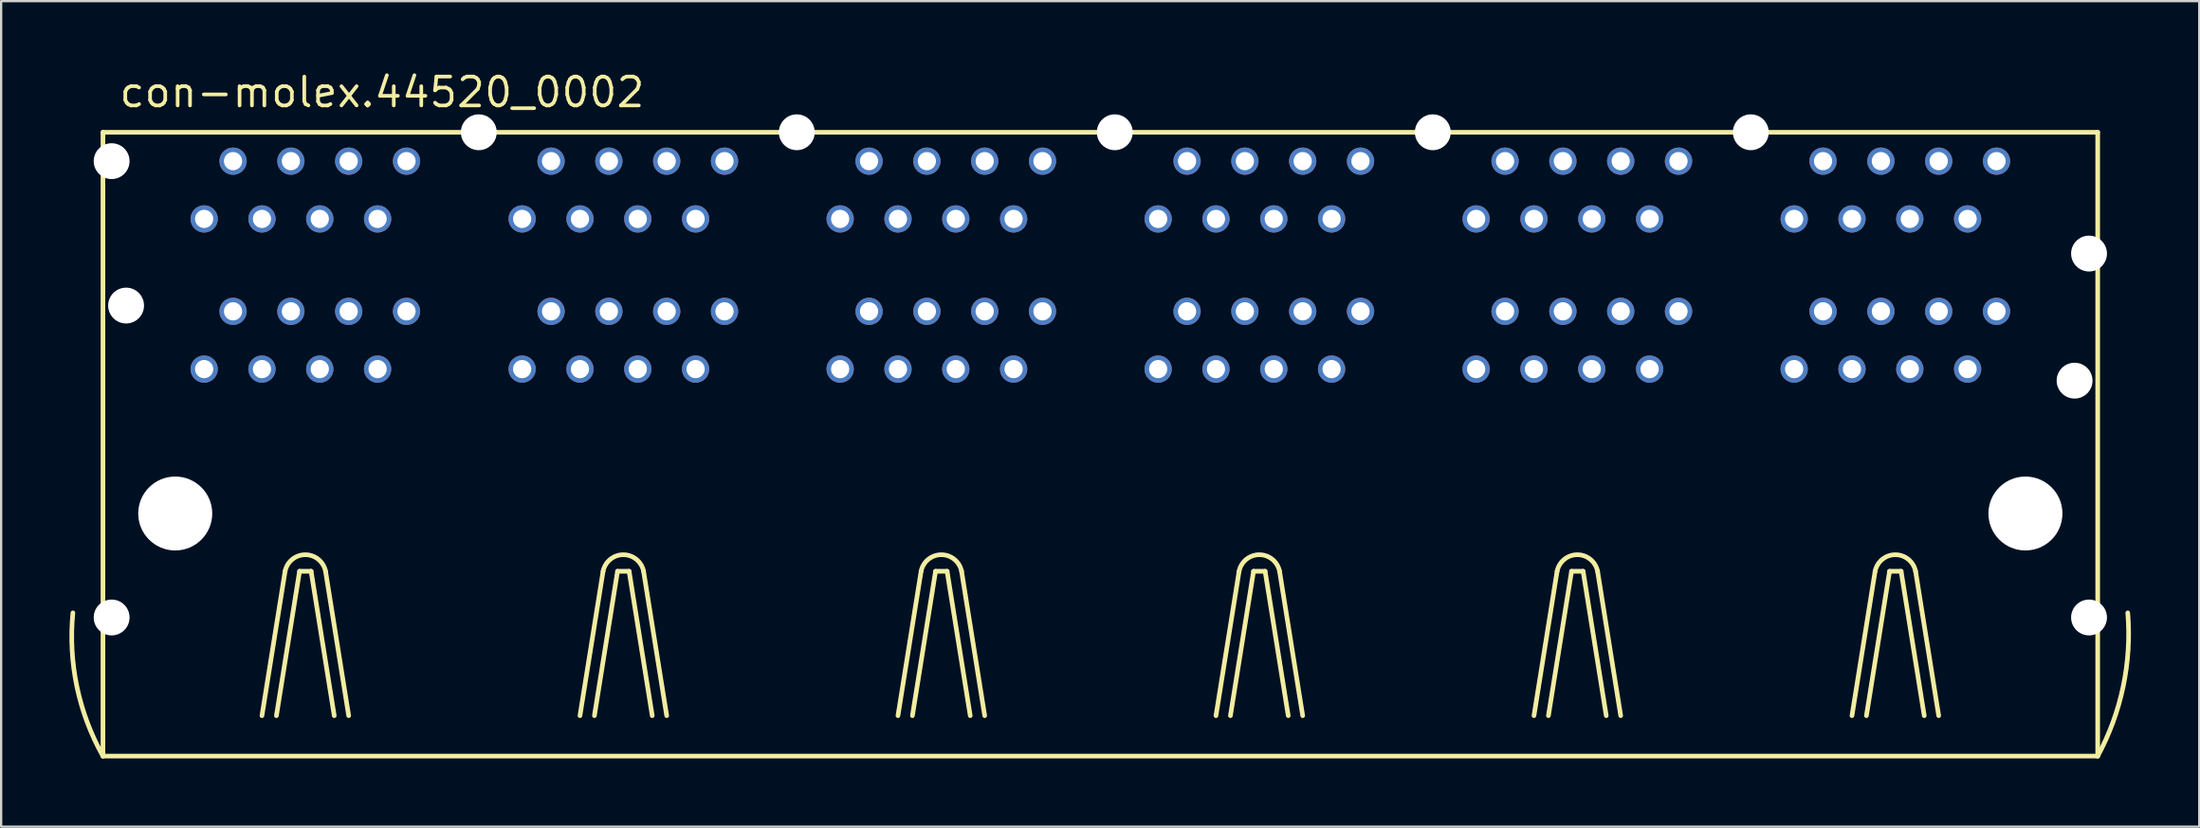
<source format=kicad_pcb>
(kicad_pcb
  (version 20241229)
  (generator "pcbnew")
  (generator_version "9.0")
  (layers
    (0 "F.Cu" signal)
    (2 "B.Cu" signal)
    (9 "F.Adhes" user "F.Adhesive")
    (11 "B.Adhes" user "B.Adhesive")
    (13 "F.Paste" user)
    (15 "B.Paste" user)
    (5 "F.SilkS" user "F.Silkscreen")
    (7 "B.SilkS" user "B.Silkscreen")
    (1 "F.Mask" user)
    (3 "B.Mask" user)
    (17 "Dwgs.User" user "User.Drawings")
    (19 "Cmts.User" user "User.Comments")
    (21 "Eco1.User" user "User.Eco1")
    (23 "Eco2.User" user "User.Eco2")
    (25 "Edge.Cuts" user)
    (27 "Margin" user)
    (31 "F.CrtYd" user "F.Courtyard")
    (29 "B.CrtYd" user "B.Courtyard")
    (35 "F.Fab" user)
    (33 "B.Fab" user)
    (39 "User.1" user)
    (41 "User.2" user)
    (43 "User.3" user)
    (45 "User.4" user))
  (footprint "con-molex.44520_0002"
    (layer "F.Cu")
    (at 45.288 19.53)
    (property "Reference" "con-molex.44520_0002" (at -43.18 -17.78 0) (layer "F.SilkS") (effects (font (size 1.27 1.27) (thickness 0.16)) (justify left bottom)))
    (attr through_hole)
    (fp_line (start -43.815 -16.764) (end -43.815 10.668) (stroke (width 0.203) (type default)) (layer "F.SilkS"))
    (fp_line (start -43.815 10.668) (end 43.815 10.668) (stroke (width 0.203) (type default)) (layer "F.SilkS"))
    (fp_line (start -36.83 8.89) (end -35.814 2.54) (stroke (width 0.203) (type default)) (layer "F.SilkS"))
    (fp_line (start -36.195 8.89) (end -35.179 2.54) (stroke (width 0.203) (type default)) (layer "F.SilkS"))
    (fp_line (start -35.179 2.54) (end -34.671 2.54) (stroke (width 0.203) (type default)) (layer "F.SilkS"))
    (fp_line (start -34.671 2.54) (end -33.655 8.89) (stroke (width 0.203) (type default)) (layer "F.SilkS"))
    (fp_line (start -34.036 2.54) (end -33.02 8.89) (stroke (width 0.203) (type default)) (layer "F.SilkS"))
    (fp_line (start -22.86 8.89) (end -21.844 2.54) (stroke (width 0.203) (type default)) (layer "F.SilkS"))
    (fp_line (start -22.225 8.89) (end -21.209 2.54) (stroke (width 0.203) (type default)) (layer "F.SilkS"))
    (fp_line (start -21.209 2.54) (end -20.701 2.54) (stroke (width 0.203) (type default)) (layer "F.SilkS"))
    (fp_line (start -20.701 2.54) (end -19.685 8.89) (stroke (width 0.203) (type default)) (layer "F.SilkS"))
    (fp_line (start -20.066 2.54) (end -19.05 8.89) (stroke (width 0.203) (type default)) (layer "F.SilkS"))
    (fp_line (start -8.89 8.89) (end -7.874 2.54) (stroke (width 0.203) (type default)) (layer "F.SilkS"))
    (fp_line (start -8.255 8.89) (end -7.239 2.54) (stroke (width 0.203) (type default)) (layer "F.SilkS"))
    (fp_line (start -7.239 2.54) (end -6.731 2.54) (stroke (width 0.203) (type default)) (layer "F.SilkS"))
    (fp_line (start -6.731 2.54) (end -5.715 8.89) (stroke (width 0.203) (type default)) (layer "F.SilkS"))
    (fp_line (start -6.096 2.54) (end -5.08 8.89) (stroke (width 0.203) (type default)) (layer "F.SilkS"))
    (fp_line (start 5.08 8.89) (end 6.096 2.54) (stroke (width 0.203) (type default)) (layer "F.SilkS"))
    (fp_line (start 5.715 8.89) (end 6.731 2.54) (stroke (width 0.203) (type default)) (layer "F.SilkS"))
    (fp_line (start 6.731 2.54) (end 7.239 2.54) (stroke (width 0.203) (type default)) (layer "F.SilkS"))
    (fp_line (start 7.239 2.54) (end 8.255 8.89) (stroke (width 0.203) (type default)) (layer "F.SilkS"))
    (fp_line (start 7.874 2.54) (end 8.89 8.89) (stroke (width 0.203) (type default)) (layer "F.SilkS"))
    (fp_line (start 19.05 8.89) (end 20.066 2.54) (stroke (width 0.203) (type default)) (layer "F.SilkS"))
    (fp_line (start 19.685 8.89) (end 20.701 2.54) (stroke (width 0.203) (type default)) (layer "F.SilkS"))
    (fp_line (start 20.701 2.54) (end 21.209 2.54) (stroke (width 0.203) (type default)) (layer "F.SilkS"))
    (fp_line (start 21.209 2.54) (end 22.225 8.89) (stroke (width 0.203) (type default)) (layer "F.SilkS"))
    (fp_line (start 21.844 2.54) (end 22.86 8.89) (stroke (width 0.203) (type default)) (layer "F.SilkS"))
    (fp_line (start 33.02 8.89) (end 34.036 2.54) (stroke (width 0.203) (type default)) (layer "F.SilkS"))
    (fp_line (start 33.655 8.89) (end 34.671 2.54) (stroke (width 0.203) (type default)) (layer "F.SilkS"))
    (fp_line (start 34.671 2.54) (end 35.179 2.54) (stroke (width 0.203) (type default)) (layer "F.SilkS"))
    (fp_line (start 35.179 2.54) (end 36.195 8.89) (stroke (width 0.203) (type default)) (layer "F.SilkS"))
    (fp_line (start 35.814 2.54) (end 36.83 8.89) (stroke (width 0.203) (type default)) (layer "F.SilkS"))
    (fp_line (start 43.815 -16.764) (end -43.815 -16.764) (stroke (width 0.203) (type default)) (layer "F.SilkS"))
    (fp_line (start 43.815 10.668) (end 43.815 -16.764) (stroke (width 0.203) (type default)) (layer "F.SilkS"))
    (fp_arc (start -43.815 10.668) (mid -44.958085 7.619608) (end -45.1358 4.3688) (stroke (width 0.2032) (type default)) (layer "F.SilkS"))
    (fp_arc (start -35.814 2.54) (mid -34.925 1.812319) (end -34.036 2.54) (stroke (width 0.2032) (type default)) (layer "F.SilkS"))
    (fp_arc (start -21.844 2.54) (mid -20.955 1.812319) (end -20.066 2.54) (stroke (width 0.2032) (type default)) (layer "F.SilkS"))
    (fp_arc (start -7.874 2.54) (mid -6.985 1.812319) (end -6.096 2.54) (stroke (width 0.2032) (type default)) (layer "F.SilkS"))
    (fp_arc (start 6.096 2.54) (mid 6.985 1.812319) (end 7.874 2.54) (stroke (width 0.2032) (type default)) (layer "F.SilkS"))
    (fp_arc (start 20.066 2.54) (mid 20.955 1.812319) (end 21.844 2.54) (stroke (width 0.2032) (type default)) (layer "F.SilkS"))
    (fp_arc (start 34.036 2.54) (mid 34.925 1.812319) (end 35.814 2.54) (stroke (width 0.2032) (type default)) (layer "F.SilkS"))
    (fp_arc (start 45.1358 4.3688) (mid 44.933237 7.614398) (end 43.815 10.668) (stroke (width 0.2032) (type default)) (layer "F.SilkS"))
    (pad "" np_thru_hole circle (at -43.434 -15.494) (size 1.575 1.575) (drill 1.575) (layers "*.Cu" "*.Mask"))
    (pad "" np_thru_hole circle (at -43.434 4.572) (size 1.575 1.575) (drill 1.575) (layers "*.Cu" "*.Mask"))
    (pad "" np_thru_hole circle (at -42.799 -9.144) (size 1.575 1.575) (drill 1.575) (layers "*.Cu" "*.Mask"))
    (pad "" np_thru_hole circle (at -40.64 0) (size 3.251 3.251) (drill 3.251) (layers "*.Cu" "*.Mask"))
    (pad "" np_thru_hole circle (at -27.305 -16.764) (size 1.575 1.575) (drill 1.575) (layers "*.Cu" "*.Mask"))
    (pad "" np_thru_hole circle (at -13.335 -16.764) (size 1.575 1.575) (drill 1.575) (layers "*.Cu" "*.Mask"))
    (pad "" np_thru_hole circle (at 0.635 -16.764) (size 1.575 1.575) (drill 1.575) (layers "*.Cu" "*.Mask"))
    (pad "" np_thru_hole circle (at 14.605 -16.764) (size 1.575 1.575) (drill 1.575) (layers "*.Cu" "*.Mask"))
    (pad "" np_thru_hole circle (at 28.575 -16.764) (size 1.575 1.575) (drill 1.575) (layers "*.Cu" "*.Mask"))
    (pad "" np_thru_hole circle (at 40.64 0) (size 3.251 3.251) (drill 3.251) (layers "*.Cu" "*.Mask"))
    (pad "" np_thru_hole circle (at 42.799 -5.842) (size 1.575 1.575) (drill 1.575) (layers "*.Cu" "*.Mask"))
    (pad "" np_thru_hole circle (at 43.434 -11.43) (size 1.575 1.575) (drill 1.575) (layers "*.Cu" "*.Mask"))
    (pad "" np_thru_hole circle (at 43.434 4.572) (size 1.575 1.575) (drill 1.575) (layers "*.Cu" "*.Mask"))
    (pad "A1-1" thru_hole circle (at -39.37 -6.35) (size 1.2 1.2) (drill 0.8) (layers "*.Cu" "*.Mask"))
    (pad "A1-2" thru_hole circle (at -38.1 -8.89) (size 1.2 1.2) (drill 0.8) (layers "*.Cu" "*.Mask"))
    (pad "A1-3" thru_hole circle (at -36.83 -6.35) (size 1.2 1.2) (drill 0.8) (layers "*.Cu" "*.Mask"))
    (pad "A1-4" thru_hole circle (at -35.56 -8.89) (size 1.2 1.2) (drill 0.8) (layers "*.Cu" "*.Mask"))
    (pad "A1-5" thru_hole circle (at -34.29 -6.35) (size 1.2 1.2) (drill 0.8) (layers "*.Cu" "*.Mask"))
    (pad "A1-6" thru_hole circle (at -33.02 -8.89) (size 1.2 1.2) (drill 0.8) (layers "*.Cu" "*.Mask"))
    (pad "A1-7" thru_hole circle (at -31.75 -6.35) (size 1.2 1.2) (drill 0.8) (layers "*.Cu" "*.Mask"))
    (pad "A1-8" thru_hole circle (at -30.48 -8.89) (size 1.2 1.2) (drill 0.8) (layers "*.Cu" "*.Mask"))
    (pad "A2-1" thru_hole circle (at -30.48 -15.494) (size 1.2 1.2) (drill 0.8) (layers "*.Cu" "*.Mask"))
    (pad "A2-2" thru_hole circle (at -31.75 -12.954) (size 1.2 1.2) (drill 0.8) (layers "*.Cu" "*.Mask"))
    (pad "A2-3" thru_hole circle (at -33.02 -15.494) (size 1.2 1.2) (drill 0.8) (layers "*.Cu" "*.Mask"))
    (pad "A2-4" thru_hole circle (at -34.29 -12.954) (size 1.2 1.2) (drill 0.8) (layers "*.Cu" "*.Mask"))
    (pad "A2-5" thru_hole circle (at -35.56 -15.494) (size 1.2 1.2) (drill 0.8) (layers "*.Cu" "*.Mask"))
    (pad "A2-6" thru_hole circle (at -36.83 -12.954) (size 1.2 1.2) (drill 0.8) (layers "*.Cu" "*.Mask"))
    (pad "A2-7" thru_hole circle (at -38.1 -15.494) (size 1.2 1.2) (drill 0.8) (layers "*.Cu" "*.Mask"))
    (pad "A2-8" thru_hole circle (at -39.37 -12.954) (size 1.2 1.2) (drill 0.8) (layers "*.Cu" "*.Mask"))
    (pad "B1-1" thru_hole circle (at -25.4 -6.35) (size 1.2 1.2) (drill 0.8) (layers "*.Cu" "*.Mask"))
    (pad "B1-2" thru_hole circle (at -24.13 -8.89) (size 1.2 1.2) (drill 0.8) (layers "*.Cu" "*.Mask"))
    (pad "B1-3" thru_hole circle (at -22.86 -6.35) (size 1.2 1.2) (drill 0.8) (layers "*.Cu" "*.Mask"))
    (pad "B1-4" thru_hole circle (at -21.59 -8.89) (size 1.2 1.2) (drill 0.8) (layers "*.Cu" "*.Mask"))
    (pad "B1-5" thru_hole circle (at -20.32 -6.35) (size 1.2 1.2) (drill 0.8) (layers "*.Cu" "*.Mask"))
    (pad "B1-6" thru_hole circle (at -19.05 -8.89) (size 1.2 1.2) (drill 0.8) (layers "*.Cu" "*.Mask"))
    (pad "B1-7" thru_hole circle (at -17.78 -6.35) (size 1.2 1.2) (drill 0.8) (layers "*.Cu" "*.Mask"))
    (pad "B1-8" thru_hole circle (at -16.51 -8.89) (size 1.2 1.2) (drill 0.8) (layers "*.Cu" "*.Mask"))
    (pad "B2-1" thru_hole circle (at -16.51 -15.494) (size 1.2 1.2) (drill 0.8) (layers "*.Cu" "*.Mask"))
    (pad "B2-2" thru_hole circle (at -17.78 -12.954) (size 1.2 1.2) (drill 0.8) (layers "*.Cu" "*.Mask"))
    (pad "B2-3" thru_hole circle (at -19.05 -15.494) (size 1.2 1.2) (drill 0.8) (layers "*.Cu" "*.Mask"))
    (pad "B2-4" thru_hole circle (at -20.32 -12.954) (size 1.2 1.2) (drill 0.8) (layers "*.Cu" "*.Mask"))
    (pad "B2-5" thru_hole circle (at -21.59 -15.494) (size 1.2 1.2) (drill 0.8) (layers "*.Cu" "*.Mask"))
    (pad "B2-6" thru_hole circle (at -22.86 -12.954) (size 1.2 1.2) (drill 0.8) (layers "*.Cu" "*.Mask"))
    (pad "B2-7" thru_hole circle (at -24.13 -15.494) (size 1.2 1.2) (drill 0.8) (layers "*.Cu" "*.Mask"))
    (pad "B2-8" thru_hole circle (at -25.4 -12.954) (size 1.2 1.2) (drill 0.8) (layers "*.Cu" "*.Mask"))
    (pad "C1-1" thru_hole circle (at -11.43 -6.35) (size 1.2 1.2) (drill 0.8) (layers "*.Cu" "*.Mask"))
    (pad "C1-2" thru_hole circle (at -10.16 -8.89) (size 1.2 1.2) (drill 0.8) (layers "*.Cu" "*.Mask"))
    (pad "C1-3" thru_hole circle (at -8.89 -6.35) (size 1.2 1.2) (drill 0.8) (layers "*.Cu" "*.Mask"))
    (pad "C1-4" thru_hole circle (at -7.62 -8.89) (size 1.2 1.2) (drill 0.8) (layers "*.Cu" "*.Mask"))
    (pad "C1-5" thru_hole circle (at -6.35 -6.35) (size 1.2 1.2) (drill 0.8) (layers "*.Cu" "*.Mask"))
    (pad "C1-6" thru_hole circle (at -5.08 -8.89) (size 1.2 1.2) (drill 0.8) (layers "*.Cu" "*.Mask"))
    (pad "C1-7" thru_hole circle (at -3.81 -6.35) (size 1.2 1.2) (drill 0.8) (layers "*.Cu" "*.Mask"))
    (pad "C1-8" thru_hole circle (at -2.54 -8.89) (size 1.2 1.2) (drill 0.8) (layers "*.Cu" "*.Mask"))
    (pad "C2-1" thru_hole circle (at -2.54 -15.494) (size 1.2 1.2) (drill 0.8) (layers "*.Cu" "*.Mask"))
    (pad "C2-2" thru_hole circle (at -3.81 -12.954) (size 1.2 1.2) (drill 0.8) (layers "*.Cu" "*.Mask"))
    (pad "C2-3" thru_hole circle (at -5.08 -15.494) (size 1.2 1.2) (drill 0.8) (layers "*.Cu" "*.Mask"))
    (pad "C2-4" thru_hole circle (at -6.35 -12.954) (size 1.2 1.2) (drill 0.8) (layers "*.Cu" "*.Mask"))
    (pad "C2-5" thru_hole circle (at -7.62 -15.494) (size 1.2 1.2) (drill 0.8) (layers "*.Cu" "*.Mask"))
    (pad "C2-6" thru_hole circle (at -8.89 -12.954) (size 1.2 1.2) (drill 0.8) (layers "*.Cu" "*.Mask"))
    (pad "C2-7" thru_hole circle (at -10.16 -15.494) (size 1.2 1.2) (drill 0.8) (layers "*.Cu" "*.Mask"))
    (pad "C2-8" thru_hole circle (at -11.43 -12.954) (size 1.2 1.2) (drill 0.8) (layers "*.Cu" "*.Mask"))
    (pad "D1-1" thru_hole circle (at 2.54 -6.35) (size 1.2 1.2) (drill 0.8) (layers "*.Cu" "*.Mask"))
    (pad "D1-2" thru_hole circle (at 3.81 -8.89) (size 1.2 1.2) (drill 0.8) (layers "*.Cu" "*.Mask"))
    (pad "D1-3" thru_hole circle (at 5.08 -6.35) (size 1.2 1.2) (drill 0.8) (layers "*.Cu" "*.Mask"))
    (pad "D1-4" thru_hole circle (at 6.35 -8.89) (size 1.2 1.2) (drill 0.8) (layers "*.Cu" "*.Mask"))
    (pad "D1-5" thru_hole circle (at 7.62 -6.35) (size 1.2 1.2) (drill 0.8) (layers "*.Cu" "*.Mask"))
    (pad "D1-6" thru_hole circle (at 8.89 -8.89) (size 1.2 1.2) (drill 0.8) (layers "*.Cu" "*.Mask"))
    (pad "D1-7" thru_hole circle (at 10.16 -6.35) (size 1.2 1.2) (drill 0.8) (layers "*.Cu" "*.Mask"))
    (pad "D1-8" thru_hole circle (at 11.43 -8.89) (size 1.2 1.2) (drill 0.8) (layers "*.Cu" "*.Mask"))
    (pad "D2-1" thru_hole circle (at 11.43 -15.494) (size 1.2 1.2) (drill 0.8) (layers "*.Cu" "*.Mask"))
    (pad "D2-2" thru_hole circle (at 10.16 -12.954) (size 1.2 1.2) (drill 0.8) (layers "*.Cu" "*.Mask"))
    (pad "D2-3" thru_hole circle (at 8.89 -15.494) (size 1.2 1.2) (drill 0.8) (layers "*.Cu" "*.Mask"))
    (pad "D2-4" thru_hole circle (at 7.62 -12.954) (size 1.2 1.2) (drill 0.8) (layers "*.Cu" "*.Mask"))
    (pad "D2-5" thru_hole circle (at 6.35 -15.494) (size 1.2 1.2) (drill 0.8) (layers "*.Cu" "*.Mask"))
    (pad "D2-6" thru_hole circle (at 5.08 -12.954) (size 1.2 1.2) (drill 0.8) (layers "*.Cu" "*.Mask"))
    (pad "D2-7" thru_hole circle (at 3.81 -15.494) (size 1.2 1.2) (drill 0.8) (layers "*.Cu" "*.Mask"))
    (pad "D2-8" thru_hole circle (at 2.54 -12.954) (size 1.2 1.2) (drill 0.8) (layers "*.Cu" "*.Mask"))
    (pad "E1-1" thru_hole circle (at 16.51 -6.35) (size 1.2 1.2) (drill 0.8) (layers "*.Cu" "*.Mask"))
    (pad "E1-2" thru_hole circle (at 17.78 -8.89) (size 1.2 1.2) (drill 0.8) (layers "*.Cu" "*.Mask"))
    (pad "E1-3" thru_hole circle (at 19.05 -6.35) (size 1.2 1.2) (drill 0.8) (layers "*.Cu" "*.Mask"))
    (pad "E1-4" thru_hole circle (at 20.32 -8.89) (size 1.2 1.2) (drill 0.8) (layers "*.Cu" "*.Mask"))
    (pad "E1-5" thru_hole circle (at 21.59 -6.35) (size 1.2 1.2) (drill 0.8) (layers "*.Cu" "*.Mask"))
    (pad "E1-6" thru_hole circle (at 22.86 -8.89) (size 1.2 1.2) (drill 0.8) (layers "*.Cu" "*.Mask"))
    (pad "E1-7" thru_hole circle (at 24.13 -6.35) (size 1.2 1.2) (drill 0.8) (layers "*.Cu" "*.Mask"))
    (pad "E1-8" thru_hole circle (at 25.4 -8.89) (size 1.2 1.2) (drill 0.8) (layers "*.Cu" "*.Mask"))
    (pad "E2-1" thru_hole circle (at 25.4 -15.494) (size 1.2 1.2) (drill 0.8) (layers "*.Cu" "*.Mask"))
    (pad "E2-2" thru_hole circle (at 24.13 -12.954) (size 1.2 1.2) (drill 0.8) (layers "*.Cu" "*.Mask"))
    (pad "E2-3" thru_hole circle (at 22.86 -15.494) (size 1.2 1.2) (drill 0.8) (layers "*.Cu" "*.Mask"))
    (pad "E2-4" thru_hole circle (at 21.59 -12.954) (size 1.2 1.2) (drill 0.8) (layers "*.Cu" "*.Mask"))
    (pad "E2-5" thru_hole circle (at 20.32 -15.494) (size 1.2 1.2) (drill 0.8) (layers "*.Cu" "*.Mask"))
    (pad "E2-6" thru_hole circle (at 19.05 -12.954) (size 1.2 1.2) (drill 0.8) (layers "*.Cu" "*.Mask"))
    (pad "E2-7" thru_hole circle (at 17.78 -15.494) (size 1.2 1.2) (drill 0.8) (layers "*.Cu" "*.Mask"))
    (pad "E2-8" thru_hole circle (at 16.51 -12.954) (size 1.2 1.2) (drill 0.8) (layers "*.Cu" "*.Mask"))
    (pad "F1-1" thru_hole circle (at 30.48 -6.35) (size 1.2 1.2) (drill 0.8) (layers "*.Cu" "*.Mask"))
    (pad "F1-2" thru_hole circle (at 31.75 -8.89) (size 1.2 1.2) (drill 0.8) (layers "*.Cu" "*.Mask"))
    (pad "F1-3" thru_hole circle (at 33.02 -6.35) (size 1.2 1.2) (drill 0.8) (layers "*.Cu" "*.Mask"))
    (pad "F1-4" thru_hole circle (at 34.29 -8.89) (size 1.2 1.2) (drill 0.8) (layers "*.Cu" "*.Mask"))
    (pad "F1-5" thru_hole circle (at 35.56 -6.35) (size 1.2 1.2) (drill 0.8) (layers "*.Cu" "*.Mask"))
    (pad "F1-6" thru_hole circle (at 36.83 -8.89) (size 1.2 1.2) (drill 0.8) (layers "*.Cu" "*.Mask"))
    (pad "F1-7" thru_hole circle (at 38.1 -6.35) (size 1.2 1.2) (drill 0.8) (layers "*.Cu" "*.Mask"))
    (pad "F1-8" thru_hole circle (at 39.37 -8.89) (size 1.2 1.2) (drill 0.8) (layers "*.Cu" "*.Mask"))
    (pad "F2-1" thru_hole circle (at 38.1 -12.954) (size 1.2 1.2) (drill 0.8) (layers "*.Cu" "*.Mask"))
    (pad "F2-2" thru_hole circle (at 39.37 -15.494) (size 1.2 1.2) (drill 0.8) (layers "*.Cu" "*.Mask"))
    (pad "F2-3" thru_hole circle (at 36.83 -15.494) (size 1.2 1.2) (drill 0.8) (layers "*.Cu" "*.Mask"))
    (pad "F2-4" thru_hole circle (at 35.56 -12.954) (size 1.2 1.2) (drill 0.8) (layers "*.Cu" "*.Mask"))
    (pad "F2-5" thru_hole circle (at 34.29 -15.494) (size 1.2 1.2) (drill 0.8) (layers "*.Cu" "*.Mask"))
    (pad "F2-6" thru_hole circle (at 33.02 -12.954) (size 1.2 1.2) (drill 0.8) (layers "*.Cu" "*.Mask"))
    (pad "F2-7" thru_hole circle (at 31.75 -15.494) (size 1.2 1.2) (drill 0.8) (layers "*.Cu" "*.Mask"))
    (pad "F2-8" thru_hole circle (at 30.48 -12.954) (size 1.2 1.2) (drill 0.8) (layers "*.Cu" "*.Mask")))
  (gr_rect
    (start -3 -3)
    (end 93.564 33.3)
    (stroke (width 0.1) (type default))
    (fill no)
    (layer "Edge.Cuts")))
</source>
